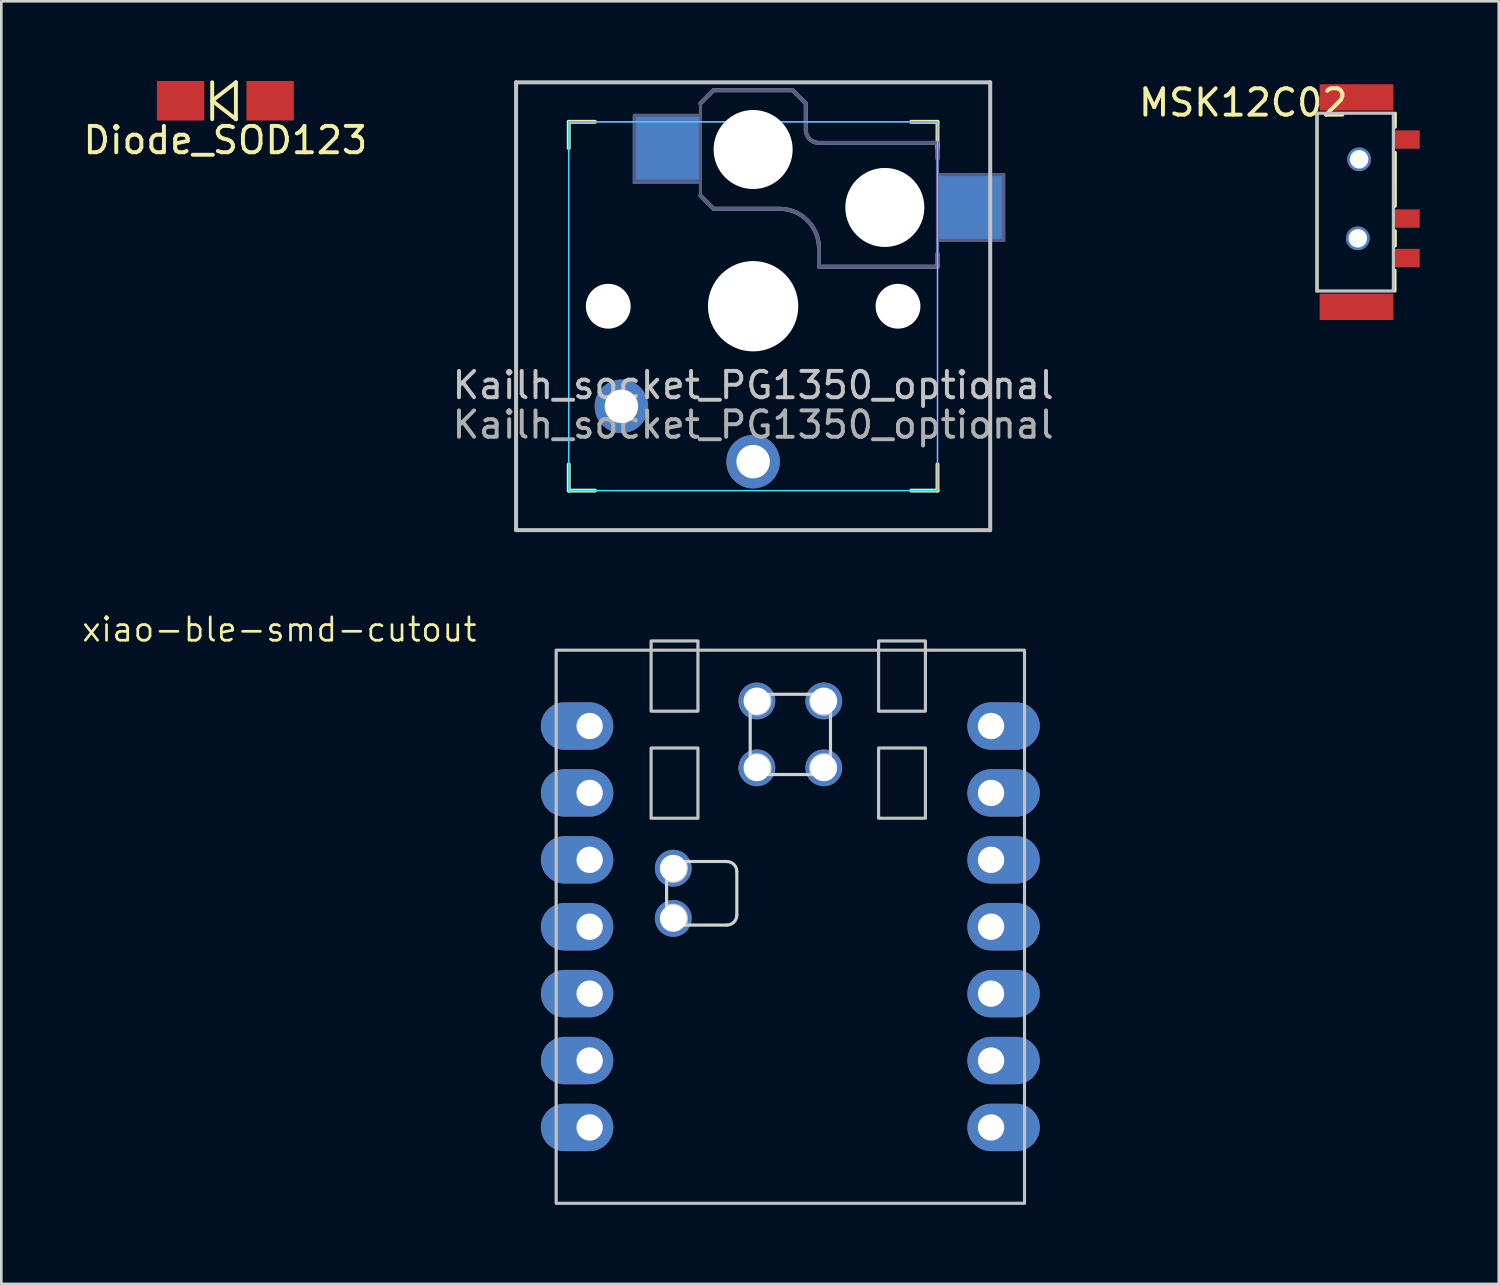
<source format=kicad_pcb>
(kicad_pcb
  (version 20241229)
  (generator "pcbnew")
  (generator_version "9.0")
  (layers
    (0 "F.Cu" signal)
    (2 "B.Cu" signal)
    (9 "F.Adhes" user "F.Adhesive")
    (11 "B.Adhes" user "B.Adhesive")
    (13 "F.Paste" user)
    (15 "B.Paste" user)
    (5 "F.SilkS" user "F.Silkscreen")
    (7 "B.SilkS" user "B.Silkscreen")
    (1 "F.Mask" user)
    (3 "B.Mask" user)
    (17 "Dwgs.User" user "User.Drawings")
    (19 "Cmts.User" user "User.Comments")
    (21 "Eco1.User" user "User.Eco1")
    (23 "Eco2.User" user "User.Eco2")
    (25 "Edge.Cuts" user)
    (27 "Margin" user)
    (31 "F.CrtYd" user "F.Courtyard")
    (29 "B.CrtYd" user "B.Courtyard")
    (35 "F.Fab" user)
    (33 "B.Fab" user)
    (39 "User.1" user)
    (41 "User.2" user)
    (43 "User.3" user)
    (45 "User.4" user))
  (footprint "MSK12C02"
    (layer "F.Cu")
    (at 47.149 0.748)
    (property "Reference" "MSK12C02" (at -3 0.1 0) (layer "F.SilkS") (effects (font (size 1 1) (thickness 0.15))))
    (attr smd)
    (fp_line (start -0.2 7.25) (end -0.2 0.5) (stroke (width 0.12) (type solid)) (layer "F.SilkS"))
    (fp_line (start 2.76 6.46) (end 2.76 7.25) (stroke (width 0.12) (type solid)) (layer "F.SilkS"))
    (fp_line (start 2.77 1.03) (end 2.77 0.5) (stroke (width 0.12) (type solid)) (layer "F.SilkS"))
    (fp_line (start 2.77 1.99) (end 2.77 4.03) (stroke (width 0.12) (type solid)) (layer "F.SilkS"))
    (fp_line (start 2.77 4.96) (end 2.77 5.54) (stroke (width 0.12) (type solid)) (layer "F.SilkS"))
    (fp_rect (start -0.2 0.5) (end 2.7 7.25) (stroke (width 0.12) (type solid)) (fill no) (layer "Dwgs.User"))
    (pad "" np_thru_hole circle (at 1.35 5.25) (size 0.9 0.9) (drill 0.7) (layers "*.Cu" "*.Mask"))
    (pad "" np_thru_hole circle (at 1.4 2.25) (size 0.9 0.9) (drill 0.7) (layers "*.Cu" "*.Mask"))
    (pad "1" smd rect (at 3.2 1.5 90) (size 0.7 1) (layers "F.Cu" "F.Mask" "F.Paste"))
    (pad "2" smd rect (at 3.2 4.5 90) (size 0.7 1) (layers "F.Cu" "F.Mask" "F.Paste"))
    (pad "3" smd rect (at 3.2 6 90) (size 0.7 1) (layers "F.Cu" "F.Mask" "F.Paste"))
    (pad "NC" smd rect (at 1.3 -0.1) (size 2.8 1) (layers "F.Cu" "F.Mask" "F.Paste"))
    (pad "NC" smd rect (at 1.3 7.85) (size 2.8 1) (layers "F.Cu" "F.Mask" "F.Paste")))
  (footprint "xiao-ble-smd-cutout"
    (layer "F.Cu")
    (at 26.955 32.133)
    (property "Reference" "xiao-ble-smd-cutout" (at -19.399 -11.283 0) (layer "F.SilkS") (effects (font (size 0.889 0.889) (thickness 0.102))))
    (attr through_hole exclude_from_pos_files)
    (fp_rect (start -8.89 10.5) (end 8.89 -10.5) (stroke (width 0.12) (type solid)) (fill no) (layer "Dwgs.User"))
    (fp_rect (start -5.286 -6.786) (end -3.508 -4.119) (stroke (width 0.12) (type solid)) (fill no) (layer "Dwgs.User"))
    (fp_rect (start -3.508 -8.183) (end -5.286 -10.85) (stroke (width 0.12) (type solid)) (fill no) (layer "Dwgs.User"))
    (fp_rect (start 3.35 -10.85) (end 5.128 -8.183) (stroke (width 0.12) (type solid)) (fill no) (layer "Dwgs.User"))
    (fp_rect (start 3.35 -6.786) (end 5.128 -4.119) (stroke (width 0.12) (type solid)) (fill no) (layer "Dwgs.User"))
    (fp_line (start -4.699 -0.749) (end -4.699 -1.79) (stroke (width 0.12) (type solid)) (layer "Edge.Cuts"))
    (fp_line (start -4.013 -2.476) (end -2.413 -2.476) (stroke (width 0.12) (type solid)) (layer "Edge.Cuts"))
    (fp_line (start -2.413 -0.063) (end -4.013 -0.063) (stroke (width 0.12) (type solid)) (layer "Edge.Cuts"))
    (fp_line (start -2.032 -2.095) (end -2.032 -0.444) (stroke (width 0.12) (type solid)) (layer "Edge.Cuts"))
    (fp_line (start -1.524 -6.464) (end -1.524 -8.14) (stroke (width 0.12) (type solid)) (layer "Edge.Cuts"))
    (fp_line (start -0.838 -8.826) (end 0.838 -8.826) (stroke (width 0.12) (type solid)) (layer "Edge.Cuts"))
    (fp_line (start -0.838 -5.778) (end 0.838 -5.778) (stroke (width 0.12) (type solid)) (layer "Edge.Cuts"))
    (fp_line (start 1.524 -6.464) (end 1.524 -8.14) (stroke (width 0.12) (type solid)) (layer "Edge.Cuts"))
    (fp_arc (start -4.699 -0.7488) (mid -4.095391 -0.666609) (end -4.0132 -0.063) (stroke (width 0.12) (type solid)) (layer "Edge.Cuts"))
    (fp_arc (start -4.0132 -2.476) (mid -4.095391 -1.872391) (end -4.699 -1.7902) (stroke (width 0.12) (type solid)) (layer "Edge.Cuts"))
    (fp_arc (start -2.413 -2.476) (mid -2.143592 -2.364408) (end -2.032 -2.095) (stroke (width 0.12) (type solid)) (layer "Edge.Cuts"))
    (fp_arc (start -2.032 -0.444) (mid -2.143592 -0.174592) (end -2.413 -0.063) (stroke (width 0.12) (type solid)) (layer "Edge.Cuts"))
    (fp_arc (start -1.524 -6.4638) (mid -0.920391 -6.381609) (end -0.8382 -5.778) (stroke (width 0.12) (type solid)) (layer "Edge.Cuts"))
    (fp_arc (start -0.8382 -8.826) (mid -0.920391 -8.222391) (end -1.524 -8.1402) (stroke (width 0.12) (type solid)) (layer "Edge.Cuts"))
    (fp_arc (start 0.8382 -5.778) (mid 0.920391 -6.381609) (end 1.524 -6.4638) (stroke (width 0.12) (type solid)) (layer "Edge.Cuts"))
    (fp_arc (start 1.524 -8.1402) (mid 0.920391 -8.222391) (end 0.8382 -8.826) (stroke (width 0.12) (type solid)) (layer "Edge.Cuts"))
    (pad "1" thru_hole oval (at -7.62 -7.62) (size 2.75 1.8) (drill 1 (offset -0.475 0)) (layers "*.Cu" "*.Mask"))
    (pad "2" thru_hole oval (at -7.62 -5.08) (size 2.75 1.8) (drill 1 (offset -0.475 0)) (layers "*.Cu" "*.Mask"))
    (pad "3" thru_hole oval (at -7.62 -2.54) (size 2.75 1.8) (drill 1 (offset -0.475 0)) (layers "*.Cu" "*.Mask"))
    (pad "4" thru_hole oval (at -7.62 0) (size 2.75 1.8) (drill 1 (offset -0.475 0)) (layers "*.Cu" "*.Mask"))
    (pad "5" thru_hole oval (at -7.62 2.54) (size 2.75 1.8) (drill 1 (offset -0.475 0)) (layers "*.Cu" "*.Mask"))
    (pad "6" thru_hole oval (at -7.62 5.08) (size 2.75 1.8) (drill 1 (offset -0.475 0)) (layers "*.Cu" "*.Mask"))
    (pad "7" thru_hole oval (at -7.62 7.62) (size 2.75 1.8) (drill 1 (offset -0.475 0)) (layers "*.Cu" "*.Mask"))
    (pad "8" thru_hole oval (at 7.62 7.62 180) (size 2.75 1.8) (drill 1 (offset -0.475 0)) (layers "*.Cu" "*.Mask"))
    (pad "9" thru_hole oval (at 7.62 5.08 180) (size 2.75 1.8) (drill 1 (offset -0.475 0)) (layers "*.Cu" "*.Mask"))
    (pad "10" thru_hole oval (at 7.62 2.54 180) (size 2.75 1.8) (drill 1 (offset -0.475 0)) (layers "*.Cu" "*.Mask"))
    (pad "11" thru_hole oval (at 7.62 0 180) (size 2.75 1.8) (drill 1 (offset -0.475 0)) (layers "*.Cu" "*.Mask"))
    (pad "12" thru_hole oval (at 7.62 -2.54 180) (size 2.75 1.8) (drill 1 (offset -0.475 0)) (layers "*.Cu" "*.Mask"))
    (pad "13" thru_hole oval (at 7.62 -5.08 180) (size 2.75 1.8) (drill 1 (offset -0.475 0)) (layers "*.Cu" "*.Mask"))
    (pad "14" thru_hole oval (at 7.62 -7.62 180) (size 2.75 1.8) (drill 1 (offset -0.475 0)) (layers "*.Cu" "*.Mask"))
    (pad "15" thru_hole circle (at -1.27 -8.572 90) (size 1.397 1.397) (drill 1.016) (layers "*.Cu" "*.Mask"))
    (pad "16" thru_hole circle (at 1.27 -8.572 90) (size 1.397 1.397) (drill 1.016) (layers "*.Cu" "*.Mask"))
    (pad "17" thru_hole circle (at -1.27 -6.032 90) (size 1.397 1.397) (drill 1.016) (layers "*.Cu" "*.Mask"))
    (pad "18" thru_hole circle (at 1.27 -6.032 90) (size 1.397 1.397) (drill 1.016) (layers "*.Cu" "*.Mask"))
    (pad "19" thru_hole circle (at -4.445 -0.317 180) (size 1.397 1.397) (drill 1.016) (layers "*.Cu" "*.Mask"))
    (pad "20" thru_hole circle (at -4.445 -2.222 180) (size 1.397 1.397) (drill 1.016) (layers "*.Cu" "*.Mask")))
  (footprint "Diode_SOD123"
    (placed yes)
    (layer "F.Cu")
    (at 5.506 0.775)
    (property "Reference" "Diode_SOD123" (at 0 1.5 0) (layer "F.SilkS") (effects (font (size 1 1) (thickness 0.15))))
    (attr smd)
    (fp_line (start -0.5 -0.7) (end -0.5 0.7) (stroke (width 0.15) (type solid)) (layer "F.SilkS"))
    (fp_line (start -0.5 0) (end 0.4 -0.7) (stroke (width 0.15) (type solid)) (layer "F.SilkS"))
    (fp_line (start 0.4 -0.7) (end 0.4 0.7) (stroke (width 0.15) (type solid)) (layer "F.SilkS"))
    (fp_line (start 0.4 0.7) (end -0.5 0) (stroke (width 0.15) (type solid)) (layer "F.SilkS"))
    (pad "1" smd rect (at -1.7 0) (size 1.8 1.5) (layers "F.Cu" "F.Mask" "F.Paste"))
    (pad "2" smd rect (at 1.7 0) (size 1.8 1.5) (layers "F.Cu" "F.Mask" "F.Paste")))
  (footprint "Kailh_socket_PG1350_optional"
    (layer "F.Cu")
    (at 25.542 8.576)
    (property "Reference" "Kailh_socket_PG1350_optional" (at 0 3 0) (layer "Dwgs.User") (effects (font (size 1 1) (thickness 0.15))))
    (attr through_hole)
    (fp_line (start -7 -6) (end -7 -7) (stroke (width 0.15) (type solid)) (layer "F.SilkS"))
    (fp_line (start -7 7) (end -7 6) (stroke (width 0.15) (type solid)) (layer "F.SilkS"))
    (fp_line (start -7 7) (end -6 7) (stroke (width 0.15) (type solid)) (layer "F.SilkS"))
    (fp_line (start -6 -7) (end -7 -7) (stroke (width 0.15) (type solid)) (layer "F.SilkS"))
    (fp_line (start 6 7) (end 7 7) (stroke (width 0.15) (type solid)) (layer "F.SilkS"))
    (fp_line (start 7 -7) (end 6 -7) (stroke (width 0.15) (type solid)) (layer "F.SilkS"))
    (fp_line (start 7 -7) (end 7 -6) (stroke (width 0.15) (type solid)) (layer "F.SilkS"))
    (fp_line (start 7 6) (end 7 7) (stroke (width 0.15) (type solid)) (layer "F.SilkS"))
    (fp_line (start -2 -7.7) (end -1.5 -8.2) (stroke (width 0.15) (type solid)) (layer "B.SilkS"))
    (fp_line (start -2 -4.2) (end -1.5 -3.7) (stroke (width 0.15) (type solid)) (layer "B.SilkS"))
    (fp_line (start -1.5 -8.2) (end 1.5 -8.2) (stroke (width 0.15) (type solid)) (layer "B.SilkS"))
    (fp_line (start -1.5 -3.7) (end 1 -3.7) (stroke (width 0.15) (type solid)) (layer "B.SilkS"))
    (fp_line (start 1.5 -8.2) (end 2 -7.7) (stroke (width 0.15) (type solid)) (layer "B.SilkS"))
    (fp_line (start 2 -6.7) (end 2 -7.7) (stroke (width 0.15) (type solid)) (layer "B.SilkS"))
    (fp_line (start 2.5 -2.2) (end 2.5 -1.5) (stroke (width 0.15) (type solid)) (layer "B.SilkS"))
    (fp_line (start 2.5 -1.5) (end 7 -1.5) (stroke (width 0.15) (type solid)) (layer "B.SilkS"))
    (fp_line (start 7 -6.2) (end 2.5 -6.2) (stroke (width 0.15) (type solid)) (layer "B.SilkS"))
    (fp_line (start 7 -5.6) (end 7 -6.2) (stroke (width 0.15) (type solid)) (layer "B.SilkS"))
    (fp_line (start 7 -1.5) (end 7 -2) (stroke (width 0.15) (type solid)) (layer "B.SilkS"))
    (fp_arc (start 1 -3.7) (mid 2.06066 -3.26066) (end 2.5 -2.2) (stroke (width 0.15) (type solid)) (layer "B.SilkS"))
    (fp_arc (start 2.5 -6.2) (mid 2.146447 -6.346447) (end 2 -6.7) (stroke (width 0.15) (type solid)) (layer "B.SilkS"))
    (fp_line (start -9 -8.5) (end 9 -8.5) (stroke (width 0.152) (type solid)) (layer "Dwgs.User"))
    (fp_line (start -9 8.5) (end -9 -8.5) (stroke (width 0.152) (type solid)) (layer "Dwgs.User"))
    (fp_line (start 9 -8.5) (end 9 8.5) (stroke (width 0.152) (type solid)) (layer "Dwgs.User"))
    (fp_line (start 9 8.5) (end -9 8.5) (stroke (width 0.152) (type solid)) (layer "Dwgs.User"))
    (fp_line (start -6.9 6.9) (end -6.9 -6.9) (stroke (width 0.15) (type solid)) (layer "Eco2.User"))
    (fp_line (start -6.9 6.9) (end 6.9 6.9) (stroke (width 0.15) (type solid)) (layer "Eco2.User"))
    (fp_line (start -2.6 -3.1) (end -2.6 -6.3) (stroke (width 0.15) (type solid)) (layer "Eco2.User"))
    (fp_line (start -2.6 -3.1) (end 2.6 -3.1) (stroke (width 0.15) (type solid)) (layer "Eco2.User"))
    (fp_line (start 2.6 -6.3) (end -2.6 -6.3) (stroke (width 0.15) (type solid)) (layer "Eco2.User"))
    (fp_line (start 2.6 -3.1) (end 2.6 -6.3) (stroke (width 0.15) (type solid)) (layer "Eco2.User"))
    (fp_line (start 6.9 -6.9) (end -6.9 -6.9) (stroke (width 0.15) (type solid)) (layer "Eco2.User"))
    (fp_line (start 6.9 -6.9) (end 6.9 6.9) (stroke (width 0.15) (type solid)) (layer "Eco2.User"))
    (fp_rect (start -7 -7) (end 7 7) (stroke (width 0.05) (type default)) (fill no) (layer "B.CrtYd"))
    (fp_rect (start -7 -7) (end 7 7) (stroke (width 0.05) (type default)) (fill no) (layer "F.CrtYd"))
    (fp_line (start -4.5 -7.25) (end -2 -7.25) (stroke (width 0.12) (type solid)) (layer "B.Fab"))
    (fp_line (start -4.5 -4.75) (end -4.5 -7.25) (stroke (width 0.12) (type solid)) (layer "B.Fab"))
    (fp_line (start -2 -7.7) (end -1.5 -8.2) (stroke (width 0.15) (type solid)) (layer "B.Fab"))
    (fp_line (start -2 -4.75) (end -4.5 -4.75) (stroke (width 0.12) (type solid)) (layer "B.Fab"))
    (fp_line (start -2 -4.25) (end -2 -7.7) (stroke (width 0.12) (type solid)) (layer "B.Fab"))
    (fp_line (start -2 -4.2) (end -1.5 -3.7) (stroke (width 0.15) (type solid)) (layer "B.Fab"))
    (fp_line (start -1.5 -8.2) (end 1.5 -8.2) (stroke (width 0.15) (type solid)) (layer "B.Fab"))
    (fp_line (start -1.5 -3.7) (end 1 -3.7) (stroke (width 0.15) (type solid)) (layer "B.Fab"))
    (fp_line (start 1.5 -8.2) (end 2 -7.7) (stroke (width 0.15) (type solid)) (layer "B.Fab"))
    (fp_line (start 2 -6.7) (end 2 -7.7) (stroke (width 0.15) (type solid)) (layer "B.Fab"))
    (fp_line (start 2.5 -2.2) (end 2.5 -1.5) (stroke (width 0.15) (type solid)) (layer "B.Fab"))
    (fp_line (start 2.5 -1.5) (end 7 -1.5) (stroke (width 0.15) (type solid)) (layer "B.Fab"))
    (fp_line (start 7 -6.2) (end 2.5 -6.2) (stroke (width 0.15) (type solid)) (layer "B.Fab"))
    (fp_line (start 7 -5) (end 9.5 -5) (stroke (width 0.12) (type solid)) (layer "B.Fab"))
    (fp_line (start 7 -1.5) (end 7 -6.2) (stroke (width 0.12) (type solid)) (layer "B.Fab"))
    (fp_line (start 9.5 -5) (end 9.5 -2.5) (stroke (width 0.12) (type solid)) (layer "B.Fab"))
    (fp_line (start 9.5 -2.5) (end 7 -2.5) (stroke (width 0.12) (type solid)) (layer "B.Fab"))
    (fp_arc (start 1 -3.7) (mid 2.06066 -3.26066) (end 2.5 -2.2) (stroke (width 0.15) (type solid)) (layer "B.Fab"))
    (fp_arc (start 2.5 -6.2) (mid 2.146447 -6.346447) (end 2 -6.7) (stroke (width 0.15) (type solid)) (layer "B.Fab"))
    (fp_text user "${REFERENCE}" (at 0 4.5 0) (layer "F.Fab") (effects (font (size 1 1) (thickness 0.15))))
    (pad "" np_thru_hole circle (at -5.5 0) (size 1.702 1.702) (drill 1.702) (layers "*.Cu" "*.Mask"))
    (pad "" np_thru_hole circle (at 0 -5.95) (size 3 3) (drill 3) (layers "*.Cu" "*.Mask"))
    (pad "" np_thru_hole circle (at 0 0) (size 3.429 3.429) (drill 3.429) (layers "*.Cu" "*.Mask"))
    (pad "" np_thru_hole circle (at 5 -3.75) (size 3 3) (drill 3) (layers "*.Cu" "*.Mask"))
    (pad "" np_thru_hole circle (at 5.5 0) (size 1.702 1.702) (drill 1.702) (layers "*.Cu" "*.Mask"))
    (pad "1" smd rect (at -3.275 -5.95) (size 2.6 2.6) (layers "B.Cu" "B.Mask" "B.Paste"))
    (pad "1" thru_hole circle (at 0 5.9) (size 2.032 2.032) (drill 1.27) (layers "*.Cu" "*.Mask"))
    (pad "2" thru_hole circle (at -5 3.8) (size 2.032 2.032) (drill 1.27) (layers "*.Cu" "*.Mask"))
    (pad "2" smd rect (at 8.275 -3.75) (size 2.6 2.6) (layers "B.Cu" "B.Mask" "B.Paste")))
  (gr_rect
    (start -3 -3)
    (end 53.849 45.693)
    (stroke (width 0.1) (type default))
    (fill no)
    (layer "Edge.Cuts")))
</source>
